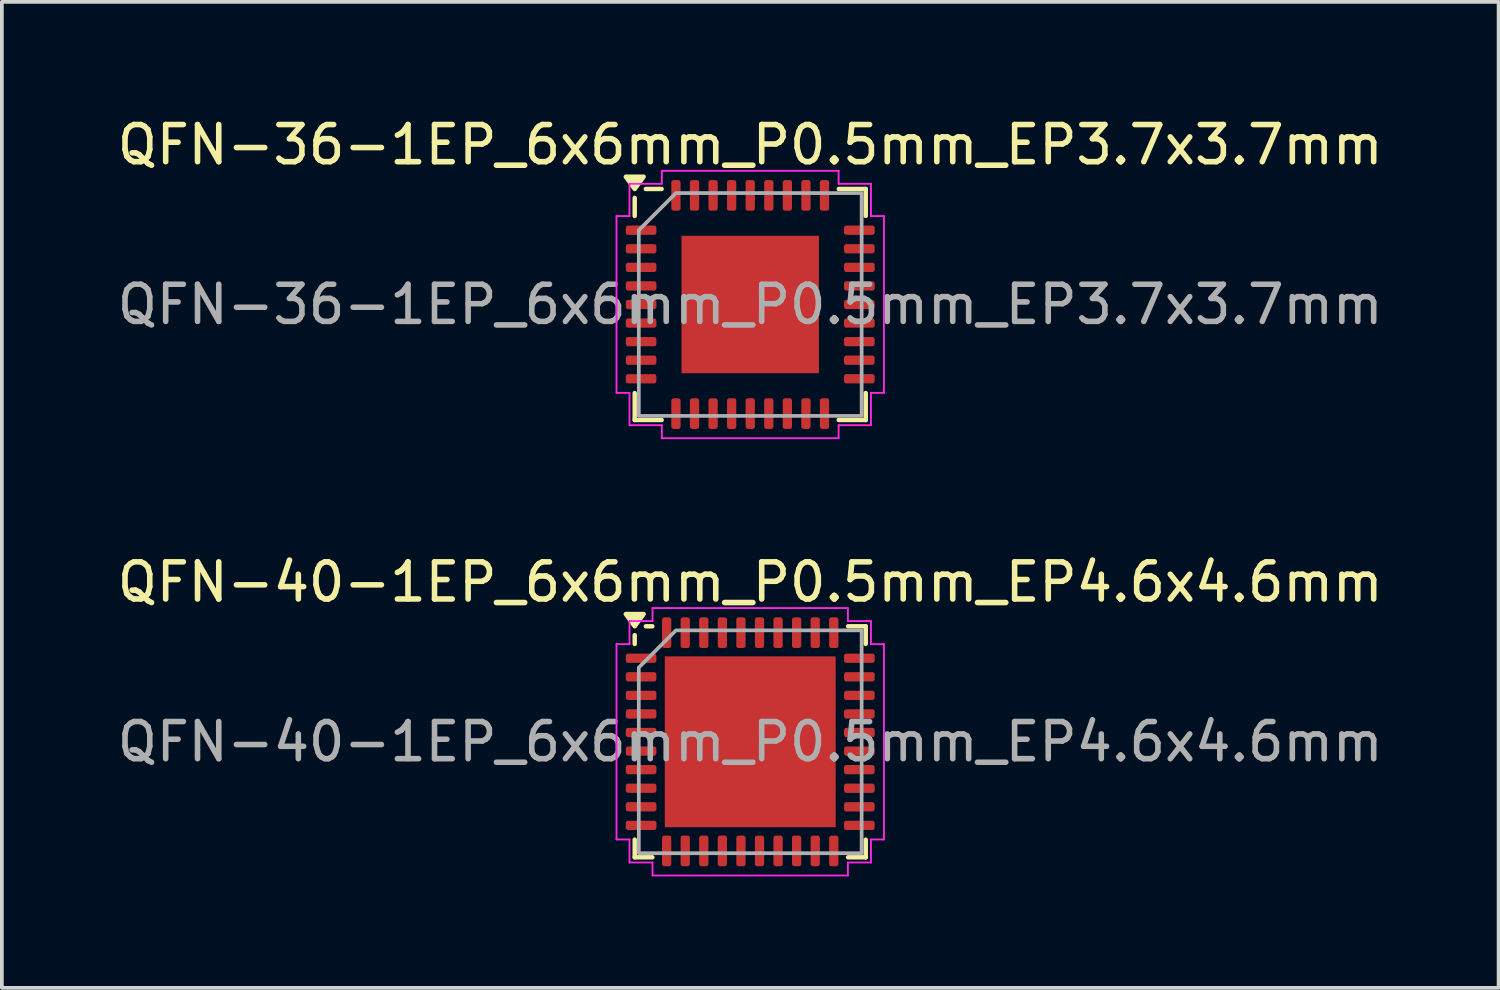
<source format=kicad_pcb>
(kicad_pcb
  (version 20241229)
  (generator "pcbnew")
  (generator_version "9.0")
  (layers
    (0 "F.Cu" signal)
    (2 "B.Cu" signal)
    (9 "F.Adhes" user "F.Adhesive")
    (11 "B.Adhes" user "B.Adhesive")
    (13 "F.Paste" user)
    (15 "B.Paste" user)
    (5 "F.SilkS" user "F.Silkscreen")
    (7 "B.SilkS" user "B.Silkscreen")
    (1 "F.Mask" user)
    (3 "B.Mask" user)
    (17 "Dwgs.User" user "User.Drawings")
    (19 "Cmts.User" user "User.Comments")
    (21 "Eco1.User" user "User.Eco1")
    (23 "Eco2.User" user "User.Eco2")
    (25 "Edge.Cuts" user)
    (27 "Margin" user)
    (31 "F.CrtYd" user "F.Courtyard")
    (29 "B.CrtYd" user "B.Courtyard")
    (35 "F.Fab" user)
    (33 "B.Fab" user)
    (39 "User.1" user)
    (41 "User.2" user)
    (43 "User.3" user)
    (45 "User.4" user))
  (footprint "QFN-40-1EP_6x6mm_P0.5mm_EP4.6x4.6mm"
    (layer "F.Cu")
    (at 17.149 16.922)
    (property "Reference" "QFN-40-1EP_6x6mm_P0.5mm_EP4.6x4.6mm" (at 0 -4.3 0) (layer "F.SilkS") (effects (font (size 1 1) (thickness 0.15))))
    (attr smd)
    (fp_line (start -3.11 -2.635) (end -3.11 -2.87) (stroke (width 0.12) (type solid)) (layer "F.SilkS"))
    (fp_line (start -3.11 3.11) (end -3.11 2.635) (stroke (width 0.12) (type solid)) (layer "F.SilkS"))
    (fp_line (start -2.635 -3.11) (end -2.81 -3.11) (stroke (width 0.12) (type solid)) (layer "F.SilkS"))
    (fp_line (start -2.635 3.11) (end -3.11 3.11) (stroke (width 0.12) (type solid)) (layer "F.SilkS"))
    (fp_line (start 2.635 -3.11) (end 3.11 -3.11) (stroke (width 0.12) (type solid)) (layer "F.SilkS"))
    (fp_line (start 2.635 3.11) (end 3.11 3.11) (stroke (width 0.12) (type solid)) (layer "F.SilkS"))
    (fp_line (start 3.11 -3.11) (end 3.11 -2.635) (stroke (width 0.12) (type solid)) (layer "F.SilkS"))
    (fp_line (start 3.11 3.11) (end 3.11 2.635) (stroke (width 0.12) (type solid)) (layer "F.SilkS"))
    (fp_poly (pts (xy -3.11 -3.11) (xy -3.35 -3.44) (xy -2.87 -3.44)) (stroke (width 0.12) (type solid)) (fill yes) (layer "F.SilkS"))
    (fp_line (start -3.6 -2.63) (end -3.25 -2.63) (stroke (width 0.05) (type solid)) (layer "F.CrtYd"))
    (fp_line (start -3.6 2.63) (end -3.6 -2.63) (stroke (width 0.05) (type solid)) (layer "F.CrtYd"))
    (fp_line (start -3.25 -3.25) (end -2.63 -3.25) (stroke (width 0.05) (type solid)) (layer "F.CrtYd"))
    (fp_line (start -3.25 -2.63) (end -3.25 -3.25) (stroke (width 0.05) (type solid)) (layer "F.CrtYd"))
    (fp_line (start -3.25 2.63) (end -3.6 2.63) (stroke (width 0.05) (type solid)) (layer "F.CrtYd"))
    (fp_line (start -3.25 3.25) (end -3.25 2.63) (stroke (width 0.05) (type solid)) (layer "F.CrtYd"))
    (fp_line (start -2.63 -3.6) (end 2.63 -3.6) (stroke (width 0.05) (type solid)) (layer "F.CrtYd"))
    (fp_line (start -2.63 -3.25) (end -2.63 -3.6) (stroke (width 0.05) (type solid)) (layer "F.CrtYd"))
    (fp_line (start -2.63 3.25) (end -3.25 3.25) (stroke (width 0.05) (type solid)) (layer "F.CrtYd"))
    (fp_line (start -2.63 3.6) (end -2.63 3.25) (stroke (width 0.05) (type solid)) (layer "F.CrtYd"))
    (fp_line (start 2.63 -3.6) (end 2.63 -3.25) (stroke (width 0.05) (type solid)) (layer "F.CrtYd"))
    (fp_line (start 2.63 -3.25) (end 3.25 -3.25) (stroke (width 0.05) (type solid)) (layer "F.CrtYd"))
    (fp_line (start 2.63 3.25) (end 2.63 3.6) (stroke (width 0.05) (type solid)) (layer "F.CrtYd"))
    (fp_line (start 2.63 3.6) (end -2.63 3.6) (stroke (width 0.05) (type solid)) (layer "F.CrtYd"))
    (fp_line (start 3.25 -3.25) (end 3.25 -2.63) (stroke (width 0.05) (type solid)) (layer "F.CrtYd"))
    (fp_line (start 3.25 -2.63) (end 3.6 -2.63) (stroke (width 0.05) (type solid)) (layer "F.CrtYd"))
    (fp_line (start 3.25 2.63) (end 3.25 3.25) (stroke (width 0.05) (type solid)) (layer "F.CrtYd"))
    (fp_line (start 3.25 3.25) (end 2.63 3.25) (stroke (width 0.05) (type solid)) (layer "F.CrtYd"))
    (fp_line (start 3.6 -2.63) (end 3.6 2.63) (stroke (width 0.05) (type solid)) (layer "F.CrtYd"))
    (fp_line (start 3.6 2.63) (end 3.25 2.63) (stroke (width 0.05) (type solid)) (layer "F.CrtYd"))
    (fp_poly (pts (xy -3 -2) (xy -3 3) (xy 3 3) (xy 3 -3) (xy -2 -3)) (stroke (width 0.1) (type solid)) (fill no) (layer "F.Fab"))
    (fp_text user "${REFERENCE}" (at 0 0 0) (layer "F.Fab") (effects (font (size 1 1) (thickness 0.15))))
    (pad "" smd roundrect (at -1.725 -1.725) (size 0.93 0.93) (layers "F.Paste") (roundrect_rratio 0.25))
    (pad "" smd roundrect (at -1.725 -0.575) (size 0.93 0.93) (layers "F.Paste") (roundrect_rratio 0.25))
    (pad "" smd roundrect (at -1.725 0.575) (size 0.93 0.93) (layers "F.Paste") (roundrect_rratio 0.25))
    (pad "" smd roundrect (at -1.725 1.725) (size 0.93 0.93) (layers "F.Paste") (roundrect_rratio 0.25))
    (pad "" smd roundrect (at -0.575 -1.725) (size 0.93 0.93) (layers "F.Paste") (roundrect_rratio 0.25))
    (pad "" smd roundrect (at -0.575 -0.575) (size 0.93 0.93) (layers "F.Paste") (roundrect_rratio 0.25))
    (pad "" smd roundrect (at -0.575 0.575) (size 0.93 0.93) (layers "F.Paste") (roundrect_rratio 0.25))
    (pad "" smd roundrect (at -0.575 1.725) (size 0.93 0.93) (layers "F.Paste") (roundrect_rratio 0.25))
    (pad "" smd roundrect (at 0.575 -1.725) (size 0.93 0.93) (layers "F.Paste") (roundrect_rratio 0.25))
    (pad "" smd roundrect (at 0.575 -0.575) (size 0.93 0.93) (layers "F.Paste") (roundrect_rratio 0.25))
    (pad "" smd roundrect (at 0.575 0.575) (size 0.93 0.93) (layers "F.Paste") (roundrect_rratio 0.25))
    (pad "" smd roundrect (at 0.575 1.725) (size 0.93 0.93) (layers "F.Paste") (roundrect_rratio 0.25))
    (pad "" smd roundrect (at 1.725 -1.725) (size 0.93 0.93) (layers "F.Paste") (roundrect_rratio 0.25))
    (pad "" smd roundrect (at 1.725 -0.575) (size 0.93 0.93) (layers "F.Paste") (roundrect_rratio 0.25))
    (pad "" smd roundrect (at 1.725 0.575) (size 0.93 0.93) (layers "F.Paste") (roundrect_rratio 0.25))
    (pad "" smd roundrect (at 1.725 1.725) (size 0.93 0.93) (layers "F.Paste") (roundrect_rratio 0.25))
    (pad "1" smd roundrect (at -2.938 -2.25) (size 0.825 0.25) (layers "F.Cu" "F.Mask" "F.Paste") (roundrect_rratio 0.25))
    (pad "2" smd roundrect (at -2.938 -1.75) (size 0.825 0.25) (layers "F.Cu" "F.Mask" "F.Paste") (roundrect_rratio 0.25))
    (pad "3" smd roundrect (at -2.938 -1.25) (size 0.825 0.25) (layers "F.Cu" "F.Mask" "F.Paste") (roundrect_rratio 0.25))
    (pad "4" smd roundrect (at -2.938 -0.75) (size 0.825 0.25) (layers "F.Cu" "F.Mask" "F.Paste") (roundrect_rratio 0.25))
    (pad "5" smd roundrect (at -2.938 -0.25) (size 0.825 0.25) (layers "F.Cu" "F.Mask" "F.Paste") (roundrect_rratio 0.25))
    (pad "6" smd roundrect (at -2.938 0.25) (size 0.825 0.25) (layers "F.Cu" "F.Mask" "F.Paste") (roundrect_rratio 0.25))
    (pad "7" smd roundrect (at -2.938 0.75) (size 0.825 0.25) (layers "F.Cu" "F.Mask" "F.Paste") (roundrect_rratio 0.25))
    (pad "8" smd roundrect (at -2.938 1.25) (size 0.825 0.25) (layers "F.Cu" "F.Mask" "F.Paste") (roundrect_rratio 0.25))
    (pad "9" smd roundrect (at -2.938 1.75) (size 0.825 0.25) (layers "F.Cu" "F.Mask" "F.Paste") (roundrect_rratio 0.25))
    (pad "10" smd roundrect (at -2.938 2.25) (size 0.825 0.25) (layers "F.Cu" "F.Mask" "F.Paste") (roundrect_rratio 0.25))
    (pad "11" smd roundrect (at -2.25 2.938) (size 0.25 0.825) (layers "F.Cu" "F.Mask" "F.Paste") (roundrect_rratio 0.25))
    (pad "12" smd roundrect (at -1.75 2.938) (size 0.25 0.825) (layers "F.Cu" "F.Mask" "F.Paste") (roundrect_rratio 0.25))
    (pad "13" smd roundrect (at -1.25 2.938) (size 0.25 0.825) (layers "F.Cu" "F.Mask" "F.Paste") (roundrect_rratio 0.25))
    (pad "14" smd roundrect (at -0.75 2.938) (size 0.25 0.825) (layers "F.Cu" "F.Mask" "F.Paste") (roundrect_rratio 0.25))
    (pad "15" smd roundrect (at -0.25 2.938) (size 0.25 0.825) (layers "F.Cu" "F.Mask" "F.Paste") (roundrect_rratio 0.25))
    (pad "16" smd roundrect (at 0.25 2.938) (size 0.25 0.825) (layers "F.Cu" "F.Mask" "F.Paste") (roundrect_rratio 0.25))
    (pad "17" smd roundrect (at 0.75 2.938) (size 0.25 0.825) (layers "F.Cu" "F.Mask" "F.Paste") (roundrect_rratio 0.25))
    (pad "18" smd roundrect (at 1.25 2.938) (size 0.25 0.825) (layers "F.Cu" "F.Mask" "F.Paste") (roundrect_rratio 0.25))
    (pad "19" smd roundrect (at 1.75 2.938) (size 0.25 0.825) (layers "F.Cu" "F.Mask" "F.Paste") (roundrect_rratio 0.25))
    (pad "20" smd roundrect (at 2.25 2.938) (size 0.25 0.825) (layers "F.Cu" "F.Mask" "F.Paste") (roundrect_rratio 0.25))
    (pad "21" smd roundrect (at 2.938 2.25) (size 0.825 0.25) (layers "F.Cu" "F.Mask" "F.Paste") (roundrect_rratio 0.25))
    (pad "22" smd roundrect (at 2.938 1.75) (size 0.825 0.25) (layers "F.Cu" "F.Mask" "F.Paste") (roundrect_rratio 0.25))
    (pad "23" smd roundrect (at 2.938 1.25) (size 0.825 0.25) (layers "F.Cu" "F.Mask" "F.Paste") (roundrect_rratio 0.25))
    (pad "24" smd roundrect (at 2.938 0.75) (size 0.825 0.25) (layers "F.Cu" "F.Mask" "F.Paste") (roundrect_rratio 0.25))
    (pad "25" smd roundrect (at 2.938 0.25) (size 0.825 0.25) (layers "F.Cu" "F.Mask" "F.Paste") (roundrect_rratio 0.25))
    (pad "26" smd roundrect (at 2.938 -0.25) (size 0.825 0.25) (layers "F.Cu" "F.Mask" "F.Paste") (roundrect_rratio 0.25))
    (pad "27" smd roundrect (at 2.938 -0.75) (size 0.825 0.25) (layers "F.Cu" "F.Mask" "F.Paste") (roundrect_rratio 0.25))
    (pad "28" smd roundrect (at 2.938 -1.25) (size 0.825 0.25) (layers "F.Cu" "F.Mask" "F.Paste") (roundrect_rratio 0.25))
    (pad "29" smd roundrect (at 2.938 -1.75) (size 0.825 0.25) (layers "F.Cu" "F.Mask" "F.Paste") (roundrect_rratio 0.25))
    (pad "30" smd roundrect (at 2.938 -2.25) (size 0.825 0.25) (layers "F.Cu" "F.Mask" "F.Paste") (roundrect_rratio 0.25))
    (pad "31" smd roundrect (at 2.25 -2.938) (size 0.25 0.825) (layers "F.Cu" "F.Mask" "F.Paste") (roundrect_rratio 0.25))
    (pad "32" smd roundrect (at 1.75 -2.938) (size 0.25 0.825) (layers "F.Cu" "F.Mask" "F.Paste") (roundrect_rratio 0.25))
    (pad "33" smd roundrect (at 1.25 -2.938) (size 0.25 0.825) (layers "F.Cu" "F.Mask" "F.Paste") (roundrect_rratio 0.25))
    (pad "34" smd roundrect (at 0.75 -2.938) (size 0.25 0.825) (layers "F.Cu" "F.Mask" "F.Paste") (roundrect_rratio 0.25))
    (pad "35" smd roundrect (at 0.25 -2.938) (size 0.25 0.825) (layers "F.Cu" "F.Mask" "F.Paste") (roundrect_rratio 0.25))
    (pad "36" smd roundrect (at -0.25 -2.938) (size 0.25 0.825) (layers "F.Cu" "F.Mask" "F.Paste") (roundrect_rratio 0.25))
    (pad "37" smd roundrect (at -0.75 -2.938) (size 0.25 0.825) (layers "F.Cu" "F.Mask" "F.Paste") (roundrect_rratio 0.25))
    (pad "38" smd roundrect (at -1.25 -2.938) (size 0.25 0.825) (layers "F.Cu" "F.Mask" "F.Paste") (roundrect_rratio 0.25))
    (pad "39" smd roundrect (at -1.75 -2.938) (size 0.25 0.825) (layers "F.Cu" "F.Mask" "F.Paste") (roundrect_rratio 0.25))
    (pad "40" smd roundrect (at -2.25 -2.938) (size 0.25 0.825) (layers "F.Cu" "F.Mask" "F.Paste") (roundrect_rratio 0.25))
    (pad "41" smd rect (at 0 0) (size 4.6 4.6) (property pad_prop_heatsink) (layers "F.Cu" "F.Mask")))
  (footprint "QFN-36-1EP_6x6mm_P0.5mm_EP3.7x3.7mm"
    (layer "F.Cu")
    (at 17.149 5.148)
    (property "Reference" "QFN-36-1EP_6x6mm_P0.5mm_EP3.7x3.7mm" (at 0 -4.3 0) (layer "F.SilkS") (effects (font (size 1 1) (thickness 0.15))))
    (attr smd)
    (fp_line (start -3.11 -2.385) (end -3.11 -2.87) (stroke (width 0.12) (type solid)) (layer "F.SilkS"))
    (fp_line (start -3.11 3.11) (end -3.11 2.385) (stroke (width 0.12) (type solid)) (layer "F.SilkS"))
    (fp_line (start -2.385 -3.11) (end -2.81 -3.11) (stroke (width 0.12) (type solid)) (layer "F.SilkS"))
    (fp_line (start -2.385 3.11) (end -3.11 3.11) (stroke (width 0.12) (type solid)) (layer "F.SilkS"))
    (fp_line (start 2.385 -3.11) (end 3.11 -3.11) (stroke (width 0.12) (type solid)) (layer "F.SilkS"))
    (fp_line (start 2.385 3.11) (end 3.11 3.11) (stroke (width 0.12) (type solid)) (layer "F.SilkS"))
    (fp_line (start 3.11 -3.11) (end 3.11 -2.385) (stroke (width 0.12) (type solid)) (layer "F.SilkS"))
    (fp_line (start 3.11 3.11) (end 3.11 2.385) (stroke (width 0.12) (type solid)) (layer "F.SilkS"))
    (fp_poly (pts (xy -3.11 -3.11) (xy -3.35 -3.44) (xy -2.87 -3.44)) (stroke (width 0.12) (type solid)) (fill yes) (layer "F.SilkS"))
    (fp_line (start -3.6 -2.38) (end -3.25 -2.38) (stroke (width 0.05) (type solid)) (layer "F.CrtYd"))
    (fp_line (start -3.6 2.38) (end -3.6 -2.38) (stroke (width 0.05) (type solid)) (layer "F.CrtYd"))
    (fp_line (start -3.25 -3.25) (end -2.38 -3.25) (stroke (width 0.05) (type solid)) (layer "F.CrtYd"))
    (fp_line (start -3.25 -2.38) (end -3.25 -3.25) (stroke (width 0.05) (type solid)) (layer "F.CrtYd"))
    (fp_line (start -3.25 2.38) (end -3.6 2.38) (stroke (width 0.05) (type solid)) (layer "F.CrtYd"))
    (fp_line (start -3.25 3.25) (end -3.25 2.38) (stroke (width 0.05) (type solid)) (layer "F.CrtYd"))
    (fp_line (start -2.38 -3.6) (end 2.38 -3.6) (stroke (width 0.05) (type solid)) (layer "F.CrtYd"))
    (fp_line (start -2.38 -3.25) (end -2.38 -3.6) (stroke (width 0.05) (type solid)) (layer "F.CrtYd"))
    (fp_line (start -2.38 3.25) (end -3.25 3.25) (stroke (width 0.05) (type solid)) (layer "F.CrtYd"))
    (fp_line (start -2.38 3.6) (end -2.38 3.25) (stroke (width 0.05) (type solid)) (layer "F.CrtYd"))
    (fp_line (start 2.38 -3.6) (end 2.38 -3.25) (stroke (width 0.05) (type solid)) (layer "F.CrtYd"))
    (fp_line (start 2.38 -3.25) (end 3.25 -3.25) (stroke (width 0.05) (type solid)) (layer "F.CrtYd"))
    (fp_line (start 2.38 3.25) (end 2.38 3.6) (stroke (width 0.05) (type solid)) (layer "F.CrtYd"))
    (fp_line (start 2.38 3.6) (end -2.38 3.6) (stroke (width 0.05) (type solid)) (layer "F.CrtYd"))
    (fp_line (start 3.25 -3.25) (end 3.25 -2.38) (stroke (width 0.05) (type solid)) (layer "F.CrtYd"))
    (fp_line (start 3.25 -2.38) (end 3.6 -2.38) (stroke (width 0.05) (type solid)) (layer "F.CrtYd"))
    (fp_line (start 3.25 2.38) (end 3.25 3.25) (stroke (width 0.05) (type solid)) (layer "F.CrtYd"))
    (fp_line (start 3.25 3.25) (end 2.38 3.25) (stroke (width 0.05) (type solid)) (layer "F.CrtYd"))
    (fp_line (start 3.6 -2.38) (end 3.6 2.38) (stroke (width 0.05) (type solid)) (layer "F.CrtYd"))
    (fp_line (start 3.6 2.38) (end 3.25 2.38) (stroke (width 0.05) (type solid)) (layer "F.CrtYd"))
    (fp_poly (pts (xy -3 -2) (xy -3 3) (xy 3 3) (xy 3 -3) (xy -2 -3)) (stroke (width 0.1) (type solid)) (fill no) (layer "F.Fab"))
    (fp_text user "${REFERENCE}" (at 0 0 0) (layer "F.Fab") (effects (font (size 1 1) (thickness 0.15))))
    (pad "" smd roundrect (at -1.23 -1.23) (size 0.99 0.99) (layers "F.Paste") (roundrect_rratio 0.25))
    (pad "" smd roundrect (at -1.23 0) (size 0.99 0.99) (layers "F.Paste") (roundrect_rratio 0.25))
    (pad "" smd roundrect (at -1.23 1.23) (size 0.99 0.99) (layers "F.Paste") (roundrect_rratio 0.25))
    (pad "" smd roundrect (at 0 -1.23) (size 0.99 0.99) (layers "F.Paste") (roundrect_rratio 0.25))
    (pad "" smd roundrect (at 0 0) (size 0.99 0.99) (layers "F.Paste") (roundrect_rratio 0.25))
    (pad "" smd roundrect (at 0 1.23) (size 0.99 0.99) (layers "F.Paste") (roundrect_rratio 0.25))
    (pad "" smd roundrect (at 1.23 -1.23) (size 0.99 0.99) (layers "F.Paste") (roundrect_rratio 0.25))
    (pad "" smd roundrect (at 1.23 0) (size 0.99 0.99) (layers "F.Paste") (roundrect_rratio 0.25))
    (pad "" smd roundrect (at 1.23 1.23) (size 0.99 0.99) (layers "F.Paste") (roundrect_rratio 0.25))
    (pad "1" smd roundrect (at -2.938 -2) (size 0.825 0.25) (layers "F.Cu" "F.Mask" "F.Paste") (roundrect_rratio 0.25))
    (pad "2" smd roundrect (at -2.938 -1.5) (size 0.825 0.25) (layers "F.Cu" "F.Mask" "F.Paste") (roundrect_rratio 0.25))
    (pad "3" smd roundrect (at -2.938 -1) (size 0.825 0.25) (layers "F.Cu" "F.Mask" "F.Paste") (roundrect_rratio 0.25))
    (pad "4" smd roundrect (at -2.938 -0.5) (size 0.825 0.25) (layers "F.Cu" "F.Mask" "F.Paste") (roundrect_rratio 0.25))
    (pad "5" smd roundrect (at -2.938 0) (size 0.825 0.25) (layers "F.Cu" "F.Mask" "F.Paste") (roundrect_rratio 0.25))
    (pad "6" smd roundrect (at -2.938 0.5) (size 0.825 0.25) (layers "F.Cu" "F.Mask" "F.Paste") (roundrect_rratio 0.25))
    (pad "7" smd roundrect (at -2.938 1) (size 0.825 0.25) (layers "F.Cu" "F.Mask" "F.Paste") (roundrect_rratio 0.25))
    (pad "8" smd roundrect (at -2.938 1.5) (size 0.825 0.25) (layers "F.Cu" "F.Mask" "F.Paste") (roundrect_rratio 0.25))
    (pad "9" smd roundrect (at -2.938 2) (size 0.825 0.25) (layers "F.Cu" "F.Mask" "F.Paste") (roundrect_rratio 0.25))
    (pad "10" smd roundrect (at -2 2.938) (size 0.25 0.825) (layers "F.Cu" "F.Mask" "F.Paste") (roundrect_rratio 0.25))
    (pad "11" smd roundrect (at -1.5 2.938) (size 0.25 0.825) (layers "F.Cu" "F.Mask" "F.Paste") (roundrect_rratio 0.25))
    (pad "12" smd roundrect (at -1 2.938) (size 0.25 0.825) (layers "F.Cu" "F.Mask" "F.Paste") (roundrect_rratio 0.25))
    (pad "13" smd roundrect (at -0.5 2.938) (size 0.25 0.825) (layers "F.Cu" "F.Mask" "F.Paste") (roundrect_rratio 0.25))
    (pad "14" smd roundrect (at 0 2.938) (size 0.25 0.825) (layers "F.Cu" "F.Mask" "F.Paste") (roundrect_rratio 0.25))
    (pad "15" smd roundrect (at 0.5 2.938) (size 0.25 0.825) (layers "F.Cu" "F.Mask" "F.Paste") (roundrect_rratio 0.25))
    (pad "16" smd roundrect (at 1 2.938) (size 0.25 0.825) (layers "F.Cu" "F.Mask" "F.Paste") (roundrect_rratio 0.25))
    (pad "17" smd roundrect (at 1.5 2.938) (size 0.25 0.825) (layers "F.Cu" "F.Mask" "F.Paste") (roundrect_rratio 0.25))
    (pad "18" smd roundrect (at 2 2.938) (size 0.25 0.825) (layers "F.Cu" "F.Mask" "F.Paste") (roundrect_rratio 0.25))
    (pad "19" smd roundrect (at 2.938 2) (size 0.825 0.25) (layers "F.Cu" "F.Mask" "F.Paste") (roundrect_rratio 0.25))
    (pad "20" smd roundrect (at 2.938 1.5) (size 0.825 0.25) (layers "F.Cu" "F.Mask" "F.Paste") (roundrect_rratio 0.25))
    (pad "21" smd roundrect (at 2.938 1) (size 0.825 0.25) (layers "F.Cu" "F.Mask" "F.Paste") (roundrect_rratio 0.25))
    (pad "22" smd roundrect (at 2.938 0.5) (size 0.825 0.25) (layers "F.Cu" "F.Mask" "F.Paste") (roundrect_rratio 0.25))
    (pad "23" smd roundrect (at 2.938 0) (size 0.825 0.25) (layers "F.Cu" "F.Mask" "F.Paste") (roundrect_rratio 0.25))
    (pad "24" smd roundrect (at 2.938 -0.5) (size 0.825 0.25) (layers "F.Cu" "F.Mask" "F.Paste") (roundrect_rratio 0.25))
    (pad "25" smd roundrect (at 2.938 -1) (size 0.825 0.25) (layers "F.Cu" "F.Mask" "F.Paste") (roundrect_rratio 0.25))
    (pad "26" smd roundrect (at 2.938 -1.5) (size 0.825 0.25) (layers "F.Cu" "F.Mask" "F.Paste") (roundrect_rratio 0.25))
    (pad "27" smd roundrect (at 2.938 -2) (size 0.825 0.25) (layers "F.Cu" "F.Mask" "F.Paste") (roundrect_rratio 0.25))
    (pad "28" smd roundrect (at 2 -2.938) (size 0.25 0.825) (layers "F.Cu" "F.Mask" "F.Paste") (roundrect_rratio 0.25))
    (pad "29" smd roundrect (at 1.5 -2.938) (size 0.25 0.825) (layers "F.Cu" "F.Mask" "F.Paste") (roundrect_rratio 0.25))
    (pad "30" smd roundrect (at 1 -2.938) (size 0.25 0.825) (layers "F.Cu" "F.Mask" "F.Paste") (roundrect_rratio 0.25))
    (pad "31" smd roundrect (at 0.5 -2.938) (size 0.25 0.825) (layers "F.Cu" "F.Mask" "F.Paste") (roundrect_rratio 0.25))
    (pad "32" smd roundrect (at 0 -2.938) (size 0.25 0.825) (layers "F.Cu" "F.Mask" "F.Paste") (roundrect_rratio 0.25))
    (pad "33" smd roundrect (at -0.5 -2.938) (size 0.25 0.825) (layers "F.Cu" "F.Mask" "F.Paste") (roundrect_rratio 0.25))
    (pad "34" smd roundrect (at -1 -2.938) (size 0.25 0.825) (layers "F.Cu" "F.Mask" "F.Paste") (roundrect_rratio 0.25))
    (pad "35" smd roundrect (at -1.5 -2.938) (size 0.25 0.825) (layers "F.Cu" "F.Mask" "F.Paste") (roundrect_rratio 0.25))
    (pad "36" smd roundrect (at -2 -2.938) (size 0.25 0.825) (layers "F.Cu" "F.Mask" "F.Paste") (roundrect_rratio 0.25))
    (pad "37" smd rect (at 0 0) (size 3.7 3.7) (property pad_prop_heatsink) (layers "F.Cu" "F.Mask")))
  (gr_rect
    (start -3 -3)
    (end 37.298 23.547)
    (stroke (width 0.1) (type default))
    (fill no)
    (layer "Edge.Cuts")))
</source>
